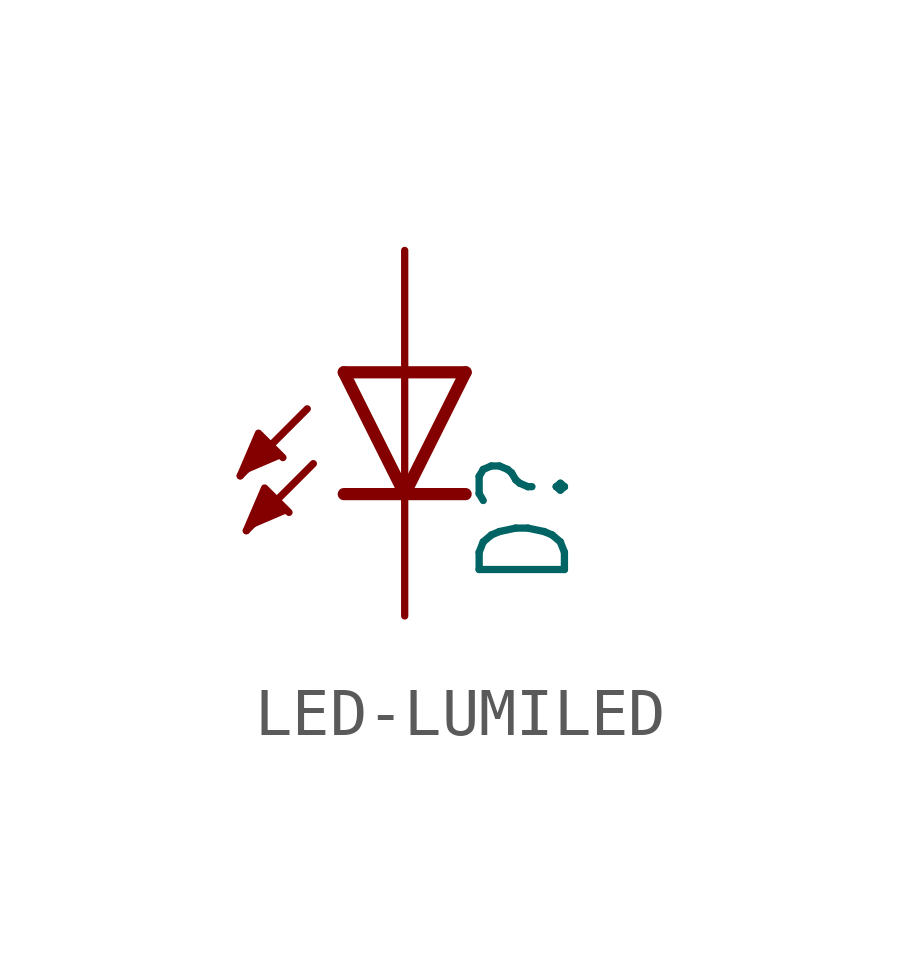
<source format=kicad_sym>
(kicad_symbol_lib
  (version 20220914)
  (generator kicad_symbol_editor)
  (symbol "LED-LUMILED"
    (property "Reference" "D"
      (at 3.556 -4.572 90)
      (effects (font (size 1.778 1.511)) (justify left bottom)))
    (property "Value" ""
      (at 5.715 -4.572 90)
      (effects (font (size 1.778 1.511)) (justify left bottom)))
    (property "ki_locked" ""
      (at 0 0 0)
      (effects (font (size 1.27 1.27))))
    (symbol "LED-LUMILED_1_0"
      (polyline (pts (xy -2.032 -0.762) (xy -3.429 -2.159)) (stroke (width 0.152) (type solid)) (fill (type none)))
      (polyline (pts (xy -1.905 -1.905) (xy -3.302 -3.302)) (stroke (width 0.152) (type solid)) (fill (type none)))
      (polyline (pts (xy 0 -2.54) (xy -1.27 -2.54)) (stroke (width 0.254) (type solid)) (fill (type none)))
      (polyline (pts (xy 0 -2.54) (xy -1.27 0)) (stroke (width 0.254) (type solid)) (fill (type none)))
      (polyline (pts (xy 0 0) (xy -1.27 0)) (stroke (width 0.254) (type solid)) (fill (type none)))
      (polyline (pts (xy 0 0) (xy 0 -2.54)) (stroke (width 0.152) (type solid)) (fill (type none)))
      (polyline (pts (xy 1.27 -2.54) (xy 0 -2.54)) (stroke (width 0.254) (type solid)) (fill (type none)))
      (polyline (pts (xy 1.27 0) (xy 0 -2.54)) (stroke (width 0.254) (type solid)) (fill (type none)))
      (polyline (pts (xy 1.27 0) (xy 0 0)) (stroke (width 0.254) (type solid)) (fill (type none)))
      (polyline (pts (xy -3.429 -2.159) (xy -3.048 -1.27) (xy -2.54 -1.778)) (stroke (width 0.152) (type solid)) (fill (type outline)))
      (polyline (pts (xy -3.302 -3.302) (xy -2.921 -2.413) (xy -2.413 -2.921)) (stroke (width 0.152) (type solid)) (fill (type outline)))
      (pin passive line (at 0 2.54 270) (length 2.54) (name "A" (effects (font (size 0 0)))) (number "2+" (effects (font (size 0 0)))))
      (pin passive line (at 0 -5.08 90) (length 2.54) (name "C" (effects (font (size 0 0)))) (number "4-" (effects (font (size 0 0))))))))
</source>
